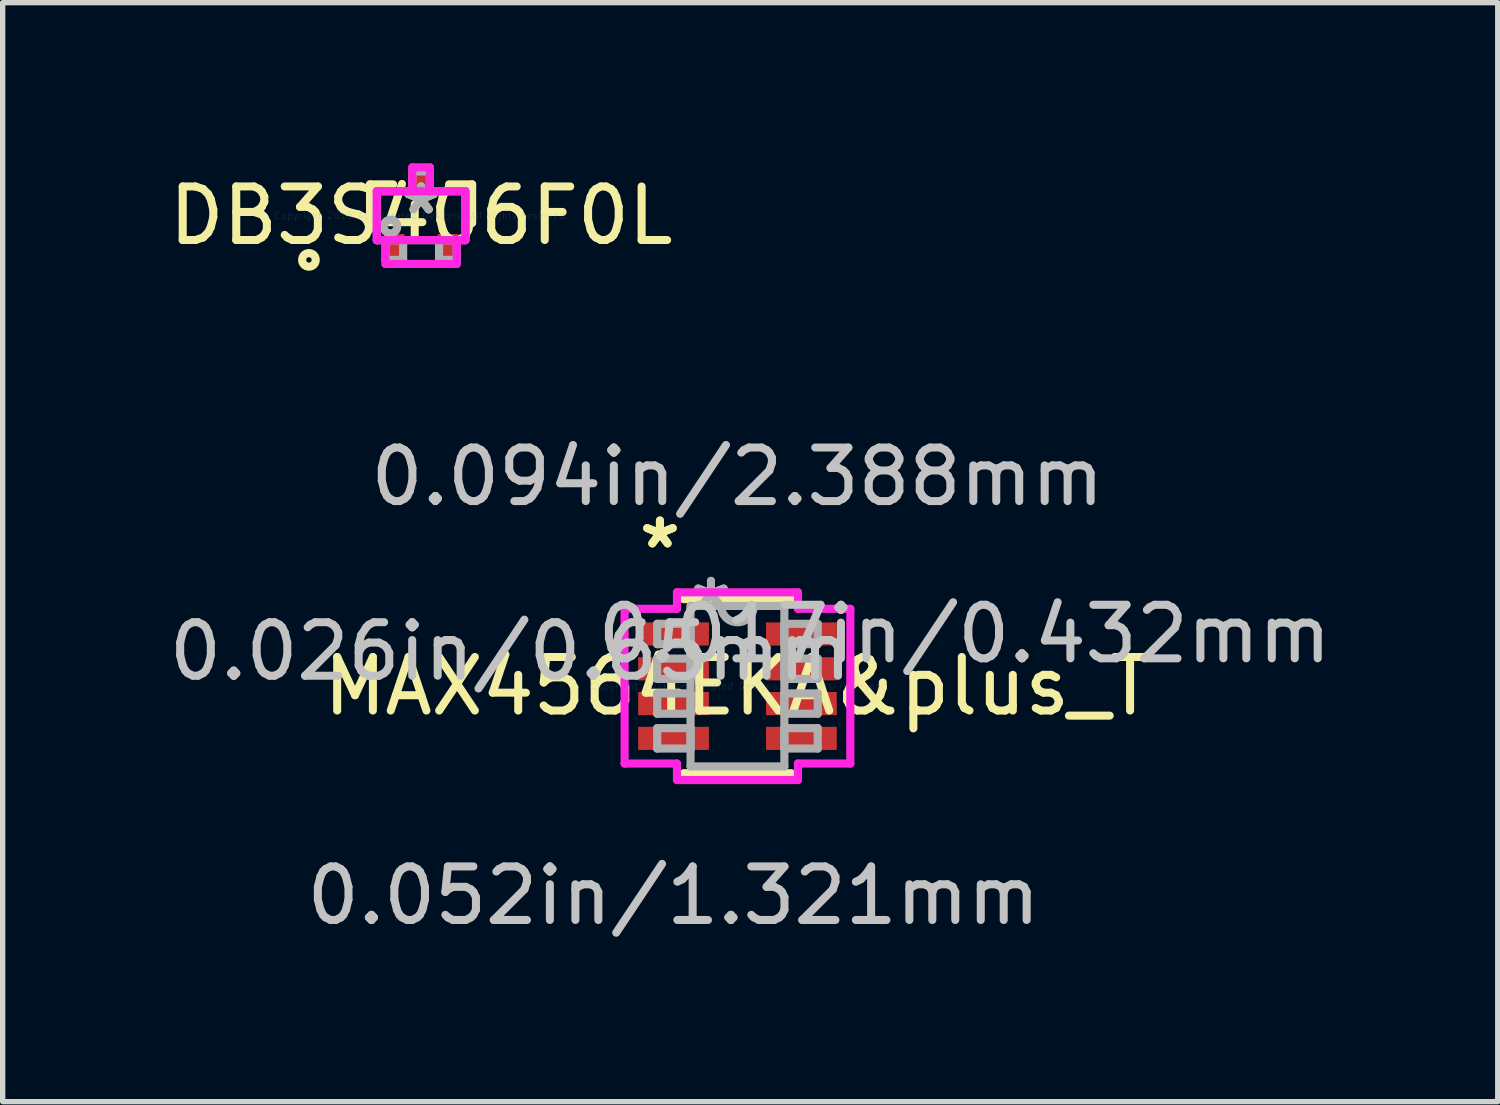
<source format=kicad_pcb>
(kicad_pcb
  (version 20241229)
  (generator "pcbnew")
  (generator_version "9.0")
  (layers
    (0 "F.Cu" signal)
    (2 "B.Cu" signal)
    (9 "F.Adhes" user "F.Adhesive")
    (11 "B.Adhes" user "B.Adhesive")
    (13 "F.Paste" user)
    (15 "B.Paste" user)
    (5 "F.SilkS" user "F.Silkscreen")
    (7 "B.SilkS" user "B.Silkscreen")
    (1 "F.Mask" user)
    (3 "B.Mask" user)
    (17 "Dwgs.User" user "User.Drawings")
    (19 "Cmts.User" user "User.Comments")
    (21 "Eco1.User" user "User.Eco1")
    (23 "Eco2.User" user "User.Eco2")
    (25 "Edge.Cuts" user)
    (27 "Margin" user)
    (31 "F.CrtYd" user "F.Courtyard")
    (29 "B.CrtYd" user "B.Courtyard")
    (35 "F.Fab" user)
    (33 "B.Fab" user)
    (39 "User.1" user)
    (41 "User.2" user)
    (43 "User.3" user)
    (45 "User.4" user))
  (footprint "MAX4564EKA&plus_T"
    (layer "F.Cu")
    (at 10.724 9.766)
    (property "Reference" "MAX4564EKA&plus_T" (at 0 0 0) (layer "F.SilkS") (effects (font (size 1 1) (thickness 0.15))))
    (attr through_hole)
    (fp_line (start -1.003 1.626) (end 1.003 1.626) (stroke (width 0.152) (type solid)) (layer "F.SilkS"))
    (fp_line (start 1.003 -1.626) (end -1.003 -1.626) (stroke (width 0.152) (type solid)) (layer "F.SilkS"))
    (fp_line (start -2.108 -1.445) (end -1.13 -1.445) (stroke (width 0.152) (type solid)) (layer "F.CrtYd"))
    (fp_line (start -2.108 1.445) (end -2.108 -1.445) (stroke (width 0.152) (type solid)) (layer "F.CrtYd"))
    (fp_line (start -1.13 -1.753) (end 1.13 -1.753) (stroke (width 0.152) (type solid)) (layer "F.CrtYd"))
    (fp_line (start -1.13 -1.445) (end -1.13 -1.753) (stroke (width 0.152) (type solid)) (layer "F.CrtYd"))
    (fp_line (start -1.13 1.445) (end -2.108 1.445) (stroke (width 0.152) (type solid)) (layer "F.CrtYd"))
    (fp_line (start -1.13 1.753) (end -1.13 1.445) (stroke (width 0.152) (type solid)) (layer "F.CrtYd"))
    (fp_line (start 1.13 -1.753) (end 1.13 -1.445) (stroke (width 0.152) (type solid)) (layer "F.CrtYd"))
    (fp_line (start 1.13 -1.445) (end 2.108 -1.445) (stroke (width 0.152) (type solid)) (layer "F.CrtYd"))
    (fp_line (start 1.13 1.445) (end 1.13 1.753) (stroke (width 0.152) (type solid)) (layer "F.CrtYd"))
    (fp_line (start 1.13 1.753) (end -1.13 1.753) (stroke (width 0.152) (type solid)) (layer "F.CrtYd"))
    (fp_line (start 2.108 -1.445) (end 2.108 1.445) (stroke (width 0.152) (type solid)) (layer "F.CrtYd"))
    (fp_line (start 2.108 1.445) (end 1.13 1.445) (stroke (width 0.152) (type solid)) (layer "F.CrtYd"))
    (fp_line (start -1.499 -1.165) (end -1.499 -0.784) (stroke (width 0.152) (type solid)) (layer "F.Fab"))
    (fp_line (start -1.499 -0.784) (end -0.876 -0.784) (stroke (width 0.152) (type solid)) (layer "F.Fab"))
    (fp_line (start -1.499 -0.515) (end -1.499 -0.135) (stroke (width 0.152) (type solid)) (layer "F.Fab"))
    (fp_line (start -1.499 -0.135) (end -0.876 -0.135) (stroke (width 0.152) (type solid)) (layer "F.Fab"))
    (fp_line (start -1.499 0.135) (end -1.499 0.515) (stroke (width 0.152) (type solid)) (layer "F.Fab"))
    (fp_line (start -1.499 0.515) (end -0.876 0.515) (stroke (width 0.152) (type solid)) (layer "F.Fab"))
    (fp_line (start -1.499 0.784) (end -1.499 1.165) (stroke (width 0.152) (type solid)) (layer "F.Fab"))
    (fp_line (start -1.499 1.165) (end -0.876 1.165) (stroke (width 0.152) (type solid)) (layer "F.Fab"))
    (fp_line (start -0.876 -1.499) (end -0.876 1.499) (stroke (width 0.152) (type solid)) (layer "F.Fab"))
    (fp_line (start -0.876 -1.165) (end -1.499 -1.165) (stroke (width 0.152) (type solid)) (layer "F.Fab"))
    (fp_line (start -0.876 -0.784) (end -0.876 -1.165) (stroke (width 0.152) (type solid)) (layer "F.Fab"))
    (fp_line (start -0.876 -0.515) (end -1.499 -0.515) (stroke (width 0.152) (type solid)) (layer "F.Fab"))
    (fp_line (start -0.876 -0.135) (end -0.876 -0.515) (stroke (width 0.152) (type solid)) (layer "F.Fab"))
    (fp_line (start -0.876 0.135) (end -1.499 0.135) (stroke (width 0.152) (type solid)) (layer "F.Fab"))
    (fp_line (start -0.876 0.515) (end -0.876 0.135) (stroke (width 0.152) (type solid)) (layer "F.Fab"))
    (fp_line (start -0.876 0.784) (end -1.499 0.784) (stroke (width 0.152) (type solid)) (layer "F.Fab"))
    (fp_line (start -0.876 1.165) (end -0.876 0.784) (stroke (width 0.152) (type solid)) (layer "F.Fab"))
    (fp_line (start -0.876 1.499) (end 0.876 1.499) (stroke (width 0.152) (type solid)) (layer "F.Fab"))
    (fp_line (start 0.876 -1.499) (end -0.876 -1.499) (stroke (width 0.152) (type solid)) (layer "F.Fab"))
    (fp_line (start 0.876 -1.165) (end 0.876 -0.784) (stroke (width 0.152) (type solid)) (layer "F.Fab"))
    (fp_line (start 0.876 -0.784) (end 1.499 -0.784) (stroke (width 0.152) (type solid)) (layer "F.Fab"))
    (fp_line (start 0.876 -0.515) (end 0.876 -0.135) (stroke (width 0.152) (type solid)) (layer "F.Fab"))
    (fp_line (start 0.876 -0.135) (end 1.499 -0.135) (stroke (width 0.152) (type solid)) (layer "F.Fab"))
    (fp_line (start 0.876 0.135) (end 0.876 0.515) (stroke (width 0.152) (type solid)) (layer "F.Fab"))
    (fp_line (start 0.876 0.515) (end 1.499 0.515) (stroke (width 0.152) (type solid)) (layer "F.Fab"))
    (fp_line (start 0.876 0.784) (end 0.876 1.165) (stroke (width 0.152) (type solid)) (layer "F.Fab"))
    (fp_line (start 0.876 1.165) (end 1.499 1.165) (stroke (width 0.152) (type solid)) (layer "F.Fab"))
    (fp_line (start 0.876 1.499) (end 0.876 -1.499) (stroke (width 0.152) (type solid)) (layer "F.Fab"))
    (fp_line (start 1.499 -1.165) (end 0.876 -1.165) (stroke (width 0.152) (type solid)) (layer "F.Fab"))
    (fp_line (start 1.499 -0.784) (end 1.499 -1.165) (stroke (width 0.152) (type solid)) (layer "F.Fab"))
    (fp_line (start 1.499 -0.515) (end 0.876 -0.515) (stroke (width 0.152) (type solid)) (layer "F.Fab"))
    (fp_line (start 1.499 -0.135) (end 1.499 -0.515) (stroke (width 0.152) (type solid)) (layer "F.Fab"))
    (fp_line (start 1.499 0.135) (end 0.876 0.135) (stroke (width 0.152) (type solid)) (layer "F.Fab"))
    (fp_line (start 1.499 0.515) (end 1.499 0.135) (stroke (width 0.152) (type solid)) (layer "F.Fab"))
    (fp_line (start 1.499 0.784) (end 0.876 0.784) (stroke (width 0.152) (type solid)) (layer "F.Fab"))
    (fp_line (start 1.499 1.165) (end 1.499 0.784) (stroke (width 0.152) (type solid)) (layer "F.Fab"))
    (fp_arc (start 0.3048 -1.4986) (mid 0 -1.1938) (end -0.3048 -1.4986) (stroke (width 0.1524) (type solid)) (layer "F.Fab"))
    (fp_text user "*" (at -1.448 -2.55 0) (layer "F.SilkS") (effects (font (size 1 1) (thickness 0.15))))
    (fp_text user "*" (at -1.448 -2.55 0) (layer "F.SilkS") (effects (font (size 1 1) (thickness 0.15))))
    (fp_text user "0.017in/0.432mm" (at 4.242 -0.975 0) (layer "Dwgs.User") (effects (font (size 1 1) (thickness 0.15))))
    (fp_text user "0.026in/0.65mm" (at -4.242 -0.65 0) (layer "Dwgs.User") (effects (font (size 1 1) (thickness 0.15))))
    (fp_text user "0.052in/1.321mm" (at -1.194 3.912 0) (layer "Dwgs.User") (effects (font (size 1 1) (thickness 0.15))))
    (fp_text user "0.094in/2.388mm" (at 0 -3.912 0) (layer "Dwgs.User") (effects (font (size 1 1) (thickness 0.15))))
    (fp_text user "Copyright 2016 Accelerated Designs. All rights reserved." (at 0 0 0) (layer "Cmts.User") (effects (font (size 0.127 0.127) (thickness 0.002))))
    (fp_text user "*" (at -0.495 -1.422 0) (layer "F.Fab") (effects (font (size 1 1) (thickness 0.15))))
    (fp_text user "*" (at -0.495 -1.422 0) (layer "F.Fab") (effects (font (size 1 1) (thickness 0.15))))
    (pad "1" smd rect (at -1.194 -0.975) (size 1.321 0.432) (layers "F.Cu" "F.Mask" "F.Paste"))
    (pad "2" smd rect (at -1.194 -0.325) (size 1.321 0.432) (layers "F.Cu" "F.Mask" "F.Paste"))
    (pad "3" smd rect (at -1.194 0.325) (size 1.321 0.432) (layers "F.Cu" "F.Mask" "F.Paste"))
    (pad "4" smd rect (at -1.194 0.975) (size 1.321 0.432) (layers "F.Cu" "F.Mask" "F.Paste"))
    (pad "5" smd rect (at 1.194 0.975) (size 1.321 0.432) (layers "F.Cu" "F.Mask" "F.Paste"))
    (pad "6" smd rect (at 1.194 0.325) (size 1.321 0.432) (layers "F.Cu" "F.Mask" "F.Paste"))
    (pad "7" smd rect (at 1.194 -0.325) (size 1.321 0.432) (layers "F.Cu" "F.Mask" "F.Paste"))
    (pad "8" smd rect (at 1.194 -0.975) (size 1.321 0.432) (layers "F.Cu" "F.Mask" "F.Paste")))
  (footprint "DB3S406F0L"
    (layer "F.Cu")
    (at 4.815 0.978)
    (property "Reference" "DB3S406F0L" (at 0 0 0) (layer "F.SilkS") (effects (font (size 1 1) (thickness 0.15))))
    (attr through_hole)
    (fp_line (start -0.953 -0.584) (end -0.953 0.138) (stroke (width 0.152) (type solid)) (layer "F.SilkS"))
    (fp_line (start -0.523 -0.584) (end -0.953 -0.584) (stroke (width 0.152) (type solid)) (layer "F.SilkS"))
    (fp_line (start 0.953 -0.584) (end 0.523 -0.584) (stroke (width 0.152) (type solid)) (layer "F.SilkS"))
    (fp_line (start 0.953 0.138) (end 0.953 -0.584) (stroke (width 0.152) (type solid)) (layer "F.SilkS"))
    (fp_circle (center -2.095 0.826) (end -1.968 0.826) (stroke (width 0.152) (type solid)) (fill no) (layer "F.SilkS"))
    (fp_line (start -0.826 -0.457) (end -0.165 -0.457) (stroke (width 0.152) (type solid)) (layer "F.CrtYd"))
    (fp_line (start -0.826 -0.457) (end 0.826 -0.457) (stroke (width 0.152) (type solid)) (layer "F.CrtYd"))
    (fp_line (start -0.826 0.457) (end -0.826 -0.457) (stroke (width 0.152) (type solid)) (layer "F.CrtYd"))
    (fp_line (start -0.826 0.457) (end -0.826 -0.457) (stroke (width 0.152) (type solid)) (layer "F.CrtYd"))
    (fp_line (start -0.665 0.457) (end -0.826 0.457) (stroke (width 0.152) (type solid)) (layer "F.CrtYd"))
    (fp_line (start -0.665 0.902) (end -0.665 0.457) (stroke (width 0.152) (type solid)) (layer "F.CrtYd"))
    (fp_line (start -0.165 -0.902) (end 0.165 -0.902) (stroke (width 0.152) (type solid)) (layer "F.CrtYd"))
    (fp_line (start -0.165 -0.457) (end -0.165 -0.902) (stroke (width 0.152) (type solid)) (layer "F.CrtYd"))
    (fp_line (start 0.165 -0.902) (end 0.165 -0.457) (stroke (width 0.152) (type solid)) (layer "F.CrtYd"))
    (fp_line (start 0.165 -0.457) (end 0.826 -0.457) (stroke (width 0.152) (type solid)) (layer "F.CrtYd"))
    (fp_line (start 0.665 0.457) (end 0.665 0.902) (stroke (width 0.152) (type solid)) (layer "F.CrtYd"))
    (fp_line (start 0.665 0.902) (end -0.665 0.902) (stroke (width 0.152) (type solid)) (layer "F.CrtYd"))
    (fp_line (start 0.826 -0.457) (end 0.826 0.457) (stroke (width 0.152) (type solid)) (layer "F.CrtYd"))
    (fp_line (start 0.826 -0.457) (end 0.826 0.457) (stroke (width 0.152) (type solid)) (layer "F.CrtYd"))
    (fp_line (start 0.826 0.457) (end -0.826 0.457) (stroke (width 0.152) (type solid)) (layer "F.CrtYd"))
    (fp_line (start 0.826 0.457) (end 0.665 0.457) (stroke (width 0.152) (type solid)) (layer "F.CrtYd"))
    (fp_line (start -0.826 -0.457) (end -0.826 0.457) (stroke (width 0.152) (type solid)) (layer "F.Fab"))
    (fp_line (start -0.826 0.457) (end 0.826 0.457) (stroke (width 0.152) (type solid)) (layer "F.Fab"))
    (fp_line (start -0.665 0.457) (end -0.665 0.826) (stroke (width 0.152) (type solid)) (layer "F.Fab"))
    (fp_line (start -0.665 0.826) (end -0.335 0.826) (stroke (width 0.152) (type solid)) (layer "F.Fab"))
    (fp_line (start -0.335 0.457) (end -0.665 0.457) (stroke (width 0.152) (type solid)) (layer "F.Fab"))
    (fp_line (start -0.335 0.826) (end -0.335 0.457) (stroke (width 0.152) (type solid)) (layer "F.Fab"))
    (fp_line (start -0.165 -0.826) (end -0.165 -0.457) (stroke (width 0.152) (type solid)) (layer "F.Fab"))
    (fp_line (start -0.165 -0.457) (end 0.165 -0.457) (stroke (width 0.152) (type solid)) (layer "F.Fab"))
    (fp_line (start 0.165 -0.826) (end -0.165 -0.826) (stroke (width 0.152) (type solid)) (layer "F.Fab"))
    (fp_line (start 0.165 -0.457) (end 0.165 -0.826) (stroke (width 0.152) (type solid)) (layer "F.Fab"))
    (fp_line (start 0.335 0.457) (end 0.335 0.826) (stroke (width 0.152) (type solid)) (layer "F.Fab"))
    (fp_line (start 0.335 0.826) (end 0.665 0.826) (stroke (width 0.152) (type solid)) (layer "F.Fab"))
    (fp_line (start 0.665 0.457) (end 0.335 0.457) (stroke (width 0.152) (type solid)) (layer "F.Fab"))
    (fp_line (start 0.665 0.826) (end 0.665 0.457) (stroke (width 0.152) (type solid)) (layer "F.Fab"))
    (fp_line (start 0.826 -0.457) (end -0.826 -0.457) (stroke (width 0.152) (type solid)) (layer "F.Fab"))
    (fp_line (start 0.826 0.457) (end 0.826 -0.457) (stroke (width 0.152) (type solid)) (layer "F.Fab"))
    (fp_circle (center -0.572 0.203) (end -0.445 0.203) (stroke (width 0.152) (type solid)) (fill no) (layer "F.Fab"))
    (fp_text user "*" (at 0 0 0) (layer "F.SilkS") (effects (font (size 1 1) (thickness 0.15))))
    (fp_text user "Copyright 2016 Accelerated Designs. All rights reserved." (at 0 0 0) (layer "Cmts.User") (effects (font (size 0.127 0.127) (thickness 0.002))))
    (fp_text user "*" (at 0 0 0) (layer "F.Fab") (effects (font (size 1 1) (thickness 0.15))))
    (pad "1" smd rect (at -0.5 0.622) (size 0.381 0.559) (layers "F.Cu" "F.Mask" "F.Paste"))
    (pad "2" smd rect (at 0.5 0.622) (size 0.381 0.559) (layers "F.Cu" "F.Mask" "F.Paste"))
    (pad "3" smd rect (at 0 -0.622) (size 0.381 0.559) (layers "F.Cu" "F.Mask" "F.Paste")))
  (gr_rect
    (start -3 -3)
    (end 24.924 17.526)
    (stroke (width 0.1) (type default))
    (fill no)
    (layer "Edge.Cuts")))
</source>
